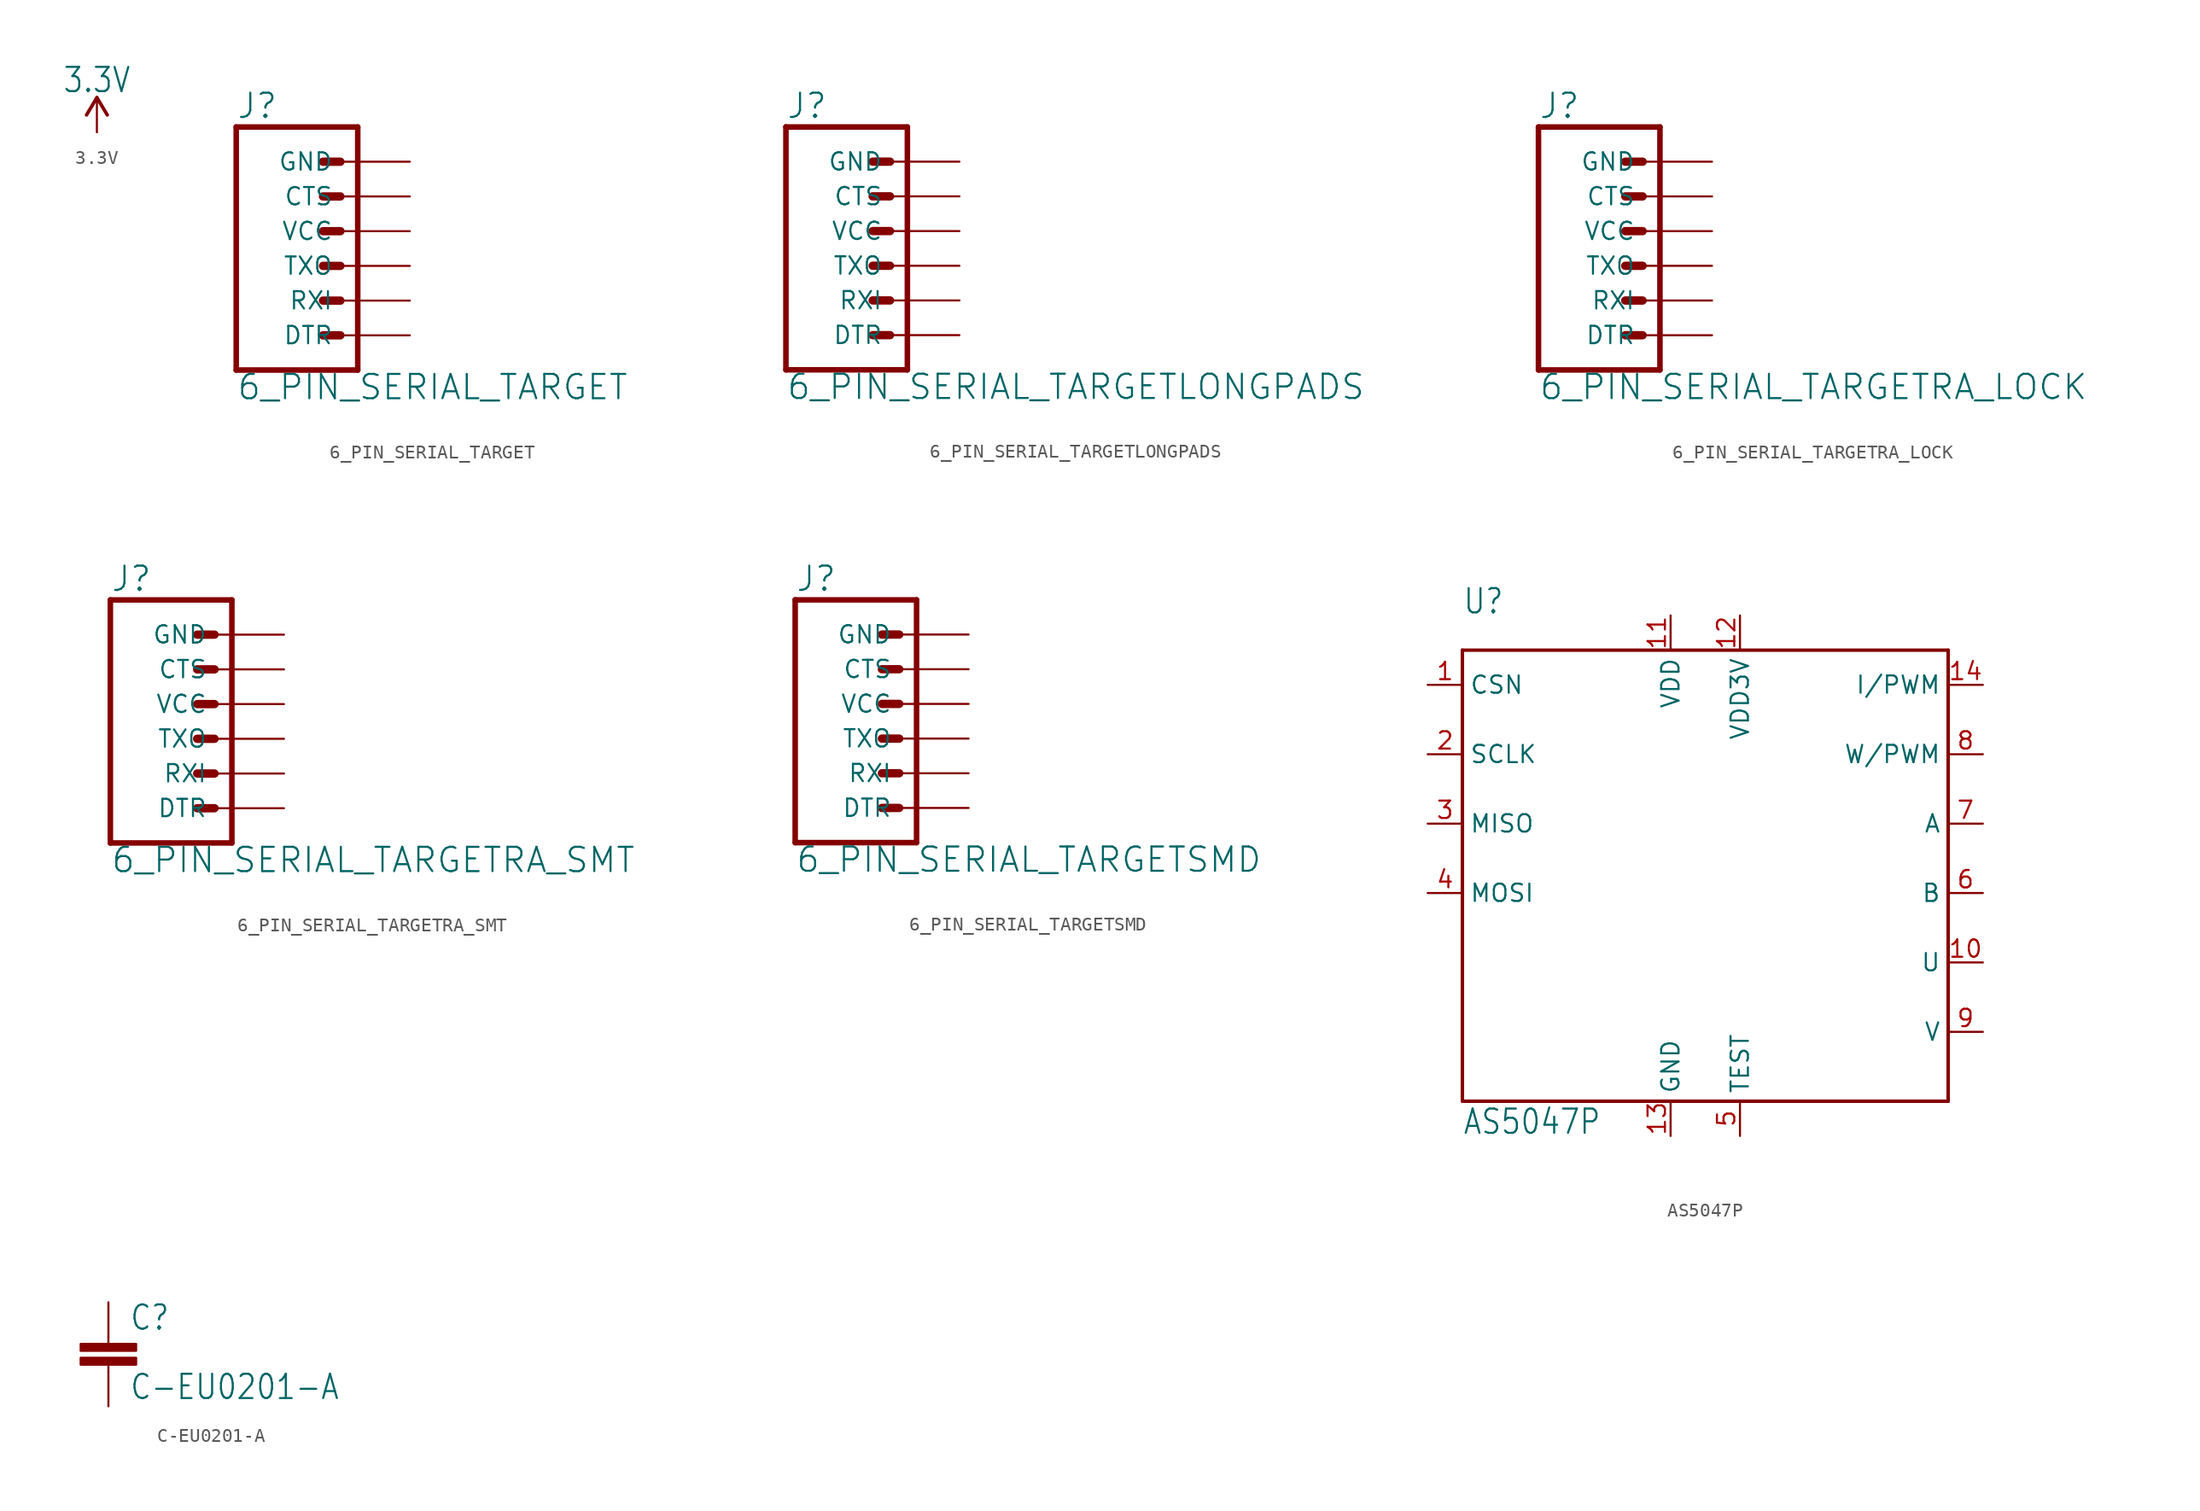
<source format=kicad_sym>
(kicad_symbol_lib
  (version 20210619)
  (generator kicad_symbol_editor)
  (symbol "3.3V"
    (power)
    (property "Reference" "#SUPPLY"
      (at 0 0 0)
      (effects (font (size 1.27 1.27)) hide))
    (property "Value" "3.3V"
      (at 0 2.794 0)
      (effects (font (size 1.778 1.511)) (justify bottom)))
    (property "ki_locked" ""
      (at 0 0 0)
      (effects (font (size 1.27 1.27))))
    (symbol "3.3V_1_0"
      (polyline (pts (xy 0 2.54) (xy -0.762 1.27)) (stroke (width 0.254)) (fill (type none)))
      (polyline (pts (xy 0.762 1.27) (xy 0 2.54)) (stroke (width 0.254)) (fill (type none)))
      (pin power_in line (at 0 0 90) (length 2.54) (name "3.3V" (effects (font (size 0 0)))) (number "1" (effects (font (size 0 0)))))))
  (symbol "6_PIN_SERIAL_TARGET"
    (property "Reference" "J"
      (at -7.62 10.668 0)
      (effects (font (size 1.778 1.778)) (justify left bottom)))
    (property "Value" "6_PIN_SERIAL_TARGET"
      (at -7.62 -9.906 0)
      (effects (font (size 1.778 1.778)) (justify left bottom)))
    (property "ki_locked" ""
      (at 0 0 0)
      (effects (font (size 1.27 1.27))))
    (symbol "6_PIN_SERIAL_TARGET_1_0"
      (polyline (pts (xy -7.62 10.16) (xy -7.62 -7.62)) (stroke (width 0.406)) (fill (type none)))
      (polyline (pts (xy -7.62 10.16) (xy 1.27 10.16)) (stroke (width 0.406)) (fill (type none)))
      (polyline (pts (xy -1.27 -5.08) (xy 0 -5.08)) (stroke (width 0.61)) (fill (type none)))
      (polyline (pts (xy -1.27 -2.54) (xy 0 -2.54)) (stroke (width 0.61)) (fill (type none)))
      (polyline (pts (xy -1.27 0) (xy 0 0)) (stroke (width 0.61)) (fill (type none)))
      (polyline (pts (xy -1.27 2.54) (xy 0 2.54)) (stroke (width 0.61)) (fill (type none)))
      (polyline (pts (xy -1.27 5.08) (xy 0 5.08)) (stroke (width 0.61)) (fill (type none)))
      (polyline (pts (xy -1.27 7.62) (xy 0 7.62)) (stroke (width 0.61)) (fill (type none)))
      (polyline (pts (xy 1.27 -7.62) (xy -7.62 -7.62)) (stroke (width 0.406)) (fill (type none)))
      (polyline (pts (xy 1.27 -7.62) (xy 1.27 10.16)) (stroke (width 0.406)) (fill (type none)))
      (pin passive line (at 5.08 -5.08 180) (length 5.08) (name "DTR" (effects (font (size 1.27 1.27)))) (number "1" (effects (font (size 0 0)))))
      (pin passive line (at 5.08 -2.54 180) (length 5.08) (name "RXI" (effects (font (size 1.27 1.27)))) (number "2" (effects (font (size 0 0)))))
      (pin passive line (at 5.08 0 180) (length 5.08) (name "TXO" (effects (font (size 1.27 1.27)))) (number "3" (effects (font (size 0 0)))))
      (pin passive line (at 5.08 2.54 180) (length 5.08) (name "VCC" (effects (font (size 1.27 1.27)))) (number "4" (effects (font (size 0 0)))))
      (pin passive line (at 5.08 5.08 180) (length 5.08) (name "CTS" (effects (font (size 1.27 1.27)))) (number "5" (effects (font (size 0 0)))))
      (pin passive line (at 5.08 7.62 180) (length 5.08) (name "GND" (effects (font (size 1.27 1.27)))) (number "6" (effects (font (size 0 0)))))))
  (symbol "6_PIN_SERIAL_TARGETLONGPADS"
    (property "Reference" "J"
      (at -7.62 10.668 0)
      (effects (font (size 1.778 1.778)) (justify left bottom)))
    (property "Value" "6_PIN_SERIAL_TARGETLONGPADS"
      (at -7.62 -9.906 0)
      (effects (font (size 1.778 1.778)) (justify left bottom)))
    (property "ki_locked" ""
      (at 0 0 0)
      (effects (font (size 1.27 1.27))))
    (symbol "6_PIN_SERIAL_TARGETLONGPADS_1_0"
      (polyline (pts (xy -7.62 10.16) (xy -7.62 -7.62)) (stroke (width 0.406)) (fill (type none)))
      (polyline (pts (xy -7.62 10.16) (xy 1.27 10.16)) (stroke (width 0.406)) (fill (type none)))
      (polyline (pts (xy -1.27 -5.08) (xy 0 -5.08)) (stroke (width 0.61)) (fill (type none)))
      (polyline (pts (xy -1.27 -2.54) (xy 0 -2.54)) (stroke (width 0.61)) (fill (type none)))
      (polyline (pts (xy -1.27 0) (xy 0 0)) (stroke (width 0.61)) (fill (type none)))
      (polyline (pts (xy -1.27 2.54) (xy 0 2.54)) (stroke (width 0.61)) (fill (type none)))
      (polyline (pts (xy -1.27 5.08) (xy 0 5.08)) (stroke (width 0.61)) (fill (type none)))
      (polyline (pts (xy -1.27 7.62) (xy 0 7.62)) (stroke (width 0.61)) (fill (type none)))
      (polyline (pts (xy 1.27 -7.62) (xy -7.62 -7.62)) (stroke (width 0.406)) (fill (type none)))
      (polyline (pts (xy 1.27 -7.62) (xy 1.27 10.16)) (stroke (width 0.406)) (fill (type none)))
      (pin passive line (at 5.08 -5.08 180) (length 5.08) (name "DTR" (effects (font (size 1.27 1.27)))) (number "1" (effects (font (size 0 0)))))
      (pin passive line (at 5.08 -2.54 180) (length 5.08) (name "RXI" (effects (font (size 1.27 1.27)))) (number "2" (effects (font (size 0 0)))))
      (pin passive line (at 5.08 0 180) (length 5.08) (name "TXO" (effects (font (size 1.27 1.27)))) (number "3" (effects (font (size 0 0)))))
      (pin passive line (at 5.08 2.54 180) (length 5.08) (name "VCC" (effects (font (size 1.27 1.27)))) (number "4" (effects (font (size 0 0)))))
      (pin passive line (at 5.08 5.08 180) (length 5.08) (name "CTS" (effects (font (size 1.27 1.27)))) (number "5" (effects (font (size 0 0)))))
      (pin passive line (at 5.08 7.62 180) (length 5.08) (name "GND" (effects (font (size 1.27 1.27)))) (number "6" (effects (font (size 0 0)))))))
  (symbol "6_PIN_SERIAL_TARGETRA_LOCK"
    (property "Reference" "J"
      (at -7.62 10.668 0)
      (effects (font (size 1.778 1.778)) (justify left bottom)))
    (property "Value" "6_PIN_SERIAL_TARGETRA_LOCK"
      (at -7.62 -9.906 0)
      (effects (font (size 1.778 1.778)) (justify left bottom)))
    (property "ki_locked" ""
      (at 0 0 0)
      (effects (font (size 1.27 1.27))))
    (symbol "6_PIN_SERIAL_TARGETRA_LOCK_1_0"
      (polyline (pts (xy -7.62 10.16) (xy -7.62 -7.62)) (stroke (width 0.406)) (fill (type none)))
      (polyline (pts (xy -7.62 10.16) (xy 1.27 10.16)) (stroke (width 0.406)) (fill (type none)))
      (polyline (pts (xy -1.27 -5.08) (xy 0 -5.08)) (stroke (width 0.61)) (fill (type none)))
      (polyline (pts (xy -1.27 -2.54) (xy 0 -2.54)) (stroke (width 0.61)) (fill (type none)))
      (polyline (pts (xy -1.27 0) (xy 0 0)) (stroke (width 0.61)) (fill (type none)))
      (polyline (pts (xy -1.27 2.54) (xy 0 2.54)) (stroke (width 0.61)) (fill (type none)))
      (polyline (pts (xy -1.27 5.08) (xy 0 5.08)) (stroke (width 0.61)) (fill (type none)))
      (polyline (pts (xy -1.27 7.62) (xy 0 7.62)) (stroke (width 0.61)) (fill (type none)))
      (polyline (pts (xy 1.27 -7.62) (xy -7.62 -7.62)) (stroke (width 0.406)) (fill (type none)))
      (polyline (pts (xy 1.27 -7.62) (xy 1.27 10.16)) (stroke (width 0.406)) (fill (type none)))
      (pin passive line (at 5.08 7.62 180) (length 5.08) (name "GND" (effects (font (size 1.27 1.27)))) (number "1" (effects (font (size 0 0)))))
      (pin passive line (at 5.08 5.08 180) (length 5.08) (name "CTS" (effects (font (size 1.27 1.27)))) (number "2" (effects (font (size 0 0)))))
      (pin passive line (at 5.08 2.54 180) (length 5.08) (name "VCC" (effects (font (size 1.27 1.27)))) (number "3" (effects (font (size 0 0)))))
      (pin passive line (at 5.08 0 180) (length 5.08) (name "TXO" (effects (font (size 1.27 1.27)))) (number "4" (effects (font (size 0 0)))))
      (pin passive line (at 5.08 -2.54 180) (length 5.08) (name "RXI" (effects (font (size 1.27 1.27)))) (number "5" (effects (font (size 0 0)))))
      (pin passive line (at 5.08 -5.08 180) (length 5.08) (name "DTR" (effects (font (size 1.27 1.27)))) (number "6" (effects (font (size 0 0)))))))
  (symbol "6_PIN_SERIAL_TARGETRA_SMT"
    (property "Reference" "J"
      (at -7.62 10.668 0)
      (effects (font (size 1.778 1.778)) (justify left bottom)))
    (property "Value" "6_PIN_SERIAL_TARGETRA_SMT"
      (at -7.62 -9.906 0)
      (effects (font (size 1.778 1.778)) (justify left bottom)))
    (property "ki_locked" ""
      (at 0 0 0)
      (effects (font (size 1.27 1.27))))
    (symbol "6_PIN_SERIAL_TARGETRA_SMT_1_0"
      (polyline (pts (xy -7.62 10.16) (xy -7.62 -7.62)) (stroke (width 0.406)) (fill (type none)))
      (polyline (pts (xy -7.62 10.16) (xy 1.27 10.16)) (stroke (width 0.406)) (fill (type none)))
      (polyline (pts (xy -1.27 -5.08) (xy 0 -5.08)) (stroke (width 0.61)) (fill (type none)))
      (polyline (pts (xy -1.27 -2.54) (xy 0 -2.54)) (stroke (width 0.61)) (fill (type none)))
      (polyline (pts (xy -1.27 0) (xy 0 0)) (stroke (width 0.61)) (fill (type none)))
      (polyline (pts (xy -1.27 2.54) (xy 0 2.54)) (stroke (width 0.61)) (fill (type none)))
      (polyline (pts (xy -1.27 5.08) (xy 0 5.08)) (stroke (width 0.61)) (fill (type none)))
      (polyline (pts (xy -1.27 7.62) (xy 0 7.62)) (stroke (width 0.61)) (fill (type none)))
      (polyline (pts (xy 1.27 -7.62) (xy -7.62 -7.62)) (stroke (width 0.406)) (fill (type none)))
      (polyline (pts (xy 1.27 -7.62) (xy 1.27 10.16)) (stroke (width 0.406)) (fill (type none)))
      (pin passive line (at 5.08 -5.08 180) (length 5.08) (name "DTR" (effects (font (size 1.27 1.27)))) (number "1" (effects (font (size 0 0)))))
      (pin passive line (at 5.08 0 180) (length 5.08) (name "TXO" (effects (font (size 1.27 1.27)))) (number "2" (effects (font (size 0 0)))))
      (pin passive line (at 5.08 -2.54 180) (length 5.08) (name "RXI" (effects (font (size 1.27 1.27)))) (number "3" (effects (font (size 0 0)))))
      (pin passive line (at 5.08 2.54 180) (length 5.08) (name "VCC" (effects (font (size 1.27 1.27)))) (number "4" (effects (font (size 0 0)))))
      (pin passive line (at 5.08 5.08 180) (length 5.08) (name "CTS" (effects (font (size 1.27 1.27)))) (number "5" (effects (font (size 0 0)))))
      (pin passive line (at 5.08 7.62 180) (length 5.08) (name "GND" (effects (font (size 1.27 1.27)))) (number "6" (effects (font (size 0 0)))))))
  (symbol "6_PIN_SERIAL_TARGETSMD"
    (property "Reference" "J"
      (at -7.62 10.668 0)
      (effects (font (size 1.778 1.778)) (justify left bottom)))
    (property "Value" "6_PIN_SERIAL_TARGETSMD"
      (at -7.62 -9.906 0)
      (effects (font (size 1.778 1.778)) (justify left bottom)))
    (property "ki_locked" ""
      (at 0 0 0)
      (effects (font (size 1.27 1.27))))
    (symbol "6_PIN_SERIAL_TARGETSMD_1_0"
      (polyline (pts (xy -7.62 10.16) (xy -7.62 -7.62)) (stroke (width 0.406)) (fill (type none)))
      (polyline (pts (xy -7.62 10.16) (xy 1.27 10.16)) (stroke (width 0.406)) (fill (type none)))
      (polyline (pts (xy -1.27 -5.08) (xy 0 -5.08)) (stroke (width 0.61)) (fill (type none)))
      (polyline (pts (xy -1.27 -2.54) (xy 0 -2.54)) (stroke (width 0.61)) (fill (type none)))
      (polyline (pts (xy -1.27 0) (xy 0 0)) (stroke (width 0.61)) (fill (type none)))
      (polyline (pts (xy -1.27 2.54) (xy 0 2.54)) (stroke (width 0.61)) (fill (type none)))
      (polyline (pts (xy -1.27 5.08) (xy 0 5.08)) (stroke (width 0.61)) (fill (type none)))
      (polyline (pts (xy -1.27 7.62) (xy 0 7.62)) (stroke (width 0.61)) (fill (type none)))
      (polyline (pts (xy 1.27 -7.62) (xy -7.62 -7.62)) (stroke (width 0.406)) (fill (type none)))
      (polyline (pts (xy 1.27 -7.62) (xy 1.27 10.16)) (stroke (width 0.406)) (fill (type none)))
      (pin passive line (at 5.08 -5.08 180) (length 5.08) (name "DTR" (effects (font (size 1.27 1.27)))) (number "1" (effects (font (size 0 0)))))
      (pin passive line (at 5.08 -2.54 180) (length 5.08) (name "RXI" (effects (font (size 1.27 1.27)))) (number "2" (effects (font (size 0 0)))))
      (pin passive line (at 5.08 0 180) (length 5.08) (name "TXO" (effects (font (size 1.27 1.27)))) (number "3" (effects (font (size 0 0)))))
      (pin passive line (at 5.08 2.54 180) (length 5.08) (name "VCC" (effects (font (size 1.27 1.27)))) (number "4" (effects (font (size 0 0)))))
      (pin passive line (at 5.08 5.08 180) (length 5.08) (name "CTS" (effects (font (size 1.27 1.27)))) (number "5" (effects (font (size 0 0)))))
      (pin passive line (at 5.08 7.62 180) (length 5.08) (name "GND" (effects (font (size 1.27 1.27)))) (number "6" (effects (font (size 0 0)))))))
  (symbol "AS5047P"
    (property "Reference" "U"
      (at -17.78 20.32 0)
      (effects (font (size 1.778 1.511)) (justify left bottom)))
    (property "Value" "AS5047P"
      (at -17.78 -17.78 0)
      (effects (font (size 1.778 1.511)) (justify left bottom)))
    (property "ki_locked" ""
      (at 0 0 0)
      (effects (font (size 1.27 1.27))))
    (symbol "AS5047P_1_0"
      (polyline (pts (xy -17.78 -15.24) (xy -17.78 17.78)) (stroke (width 0.254)) (fill (type none)))
      (polyline (pts (xy -17.78 17.78) (xy 17.78 17.78)) (stroke (width 0.254)) (fill (type none)))
      (polyline (pts (xy 17.78 -15.24) (xy -17.78 -15.24)) (stroke (width 0.254)) (fill (type none)))
      (polyline (pts (xy 17.78 17.78) (xy 17.78 -15.24)) (stroke (width 0.254)) (fill (type none)))
      (pin input line (at -20.32 15.24 0) (length 2.54) (name "CSN" (effects (font (size 1.27 1.27)))) (number "1" (effects (font (size 1.27 1.27)))))
      (pin output line (at 20.32 -5.08 180) (length 2.54) (name "U" (effects (font (size 1.27 1.27)))) (number "10" (effects (font (size 1.27 1.27)))))
      (pin power_in line (at -2.54 20.32 270) (length 2.54) (name "VDD" (effects (font (size 1.27 1.27)))) (number "11" (effects (font (size 1.27 1.27)))))
      (pin power_in line (at 2.54 20.32 270) (length 2.54) (name "VDD3V" (effects (font (size 1.27 1.27)))) (number "12" (effects (font (size 1.27 1.27)))))
      (pin power_in line (at -2.54 -17.78 90) (length 2.54) (name "GND" (effects (font (size 1.27 1.27)))) (number "13" (effects (font (size 1.27 1.27)))))
      (pin output line (at 20.32 15.24 180) (length 2.54) (name "I/PWM" (effects (font (size 1.27 1.27)))) (number "14" (effects (font (size 1.27 1.27)))))
      (pin input line (at -20.32 10.16 0) (length 2.54) (name "SCLK" (effects (font (size 1.27 1.27)))) (number "2" (effects (font (size 1.27 1.27)))))
      (pin output line (at -20.32 5.08 0) (length 2.54) (name "MISO" (effects (font (size 1.27 1.27)))) (number "3" (effects (font (size 1.27 1.27)))))
      (pin input line (at -20.32 0 0) (length 2.54) (name "MOSI" (effects (font (size 1.27 1.27)))) (number "4" (effects (font (size 1.27 1.27)))))
      (pin power_in line (at 2.54 -17.78 90) (length 2.54) (name "TEST" (effects (font (size 1.27 1.27)))) (number "5" (effects (font (size 1.27 1.27)))))
      (pin output line (at 20.32 0 180) (length 2.54) (name "B" (effects (font (size 1.27 1.27)))) (number "6" (effects (font (size 1.27 1.27)))))
      (pin output line (at 20.32 5.08 180) (length 2.54) (name "A" (effects (font (size 1.27 1.27)))) (number "7" (effects (font (size 1.27 1.27)))))
      (pin output line (at 20.32 10.16 180) (length 2.54) (name "W/PWM" (effects (font (size 1.27 1.27)))) (number "8" (effects (font (size 1.27 1.27)))))
      (pin output line (at 20.32 -10.16 180) (length 2.54) (name "V" (effects (font (size 1.27 1.27)))) (number "9" (effects (font (size 1.27 1.27)))))))
  (symbol "C-EU0201-A"
    (property "Reference" "C"
      (at 1.524 0.381 0)
      (effects (font (size 1.778 1.511)) (justify left bottom)))
    (property "Value" "C-EU0201-A"
      (at 1.524 -4.699 0)
      (effects (font (size 1.778 1.511)) (justify left bottom)))
    (property "ki_locked" ""
      (at 0 0 0)
      (effects (font (size 1.27 1.27))))
    (symbol "C-EU0201-A_1_0"
      (rectangle (start -2.032 -2.032) (end 2.032 -1.524) (stroke (width 0)) (fill (type outline)))
      (rectangle (start -2.032 -1.016) (end 2.032 -0.508) (stroke (width 0)) (fill (type outline)))
      (polyline (pts (xy 0 -2.54) (xy 0 -2.032)) (stroke (width 0.152)) (fill (type none)))
      (polyline (pts (xy 0 0) (xy 0 -0.508)) (stroke (width 0.152)) (fill (type none)))
      (pin passive line (at 0 2.54 270) (length 2.54) (name "1" (effects (font (size 0 0)))) (number "1" (effects (font (size 0 0)))))
      (pin passive line (at 0 -5.08 90) (length 2.54) (name "2" (effects (font (size 0 0)))) (number "2" (effects (font (size 0 0))))))))
</source>
